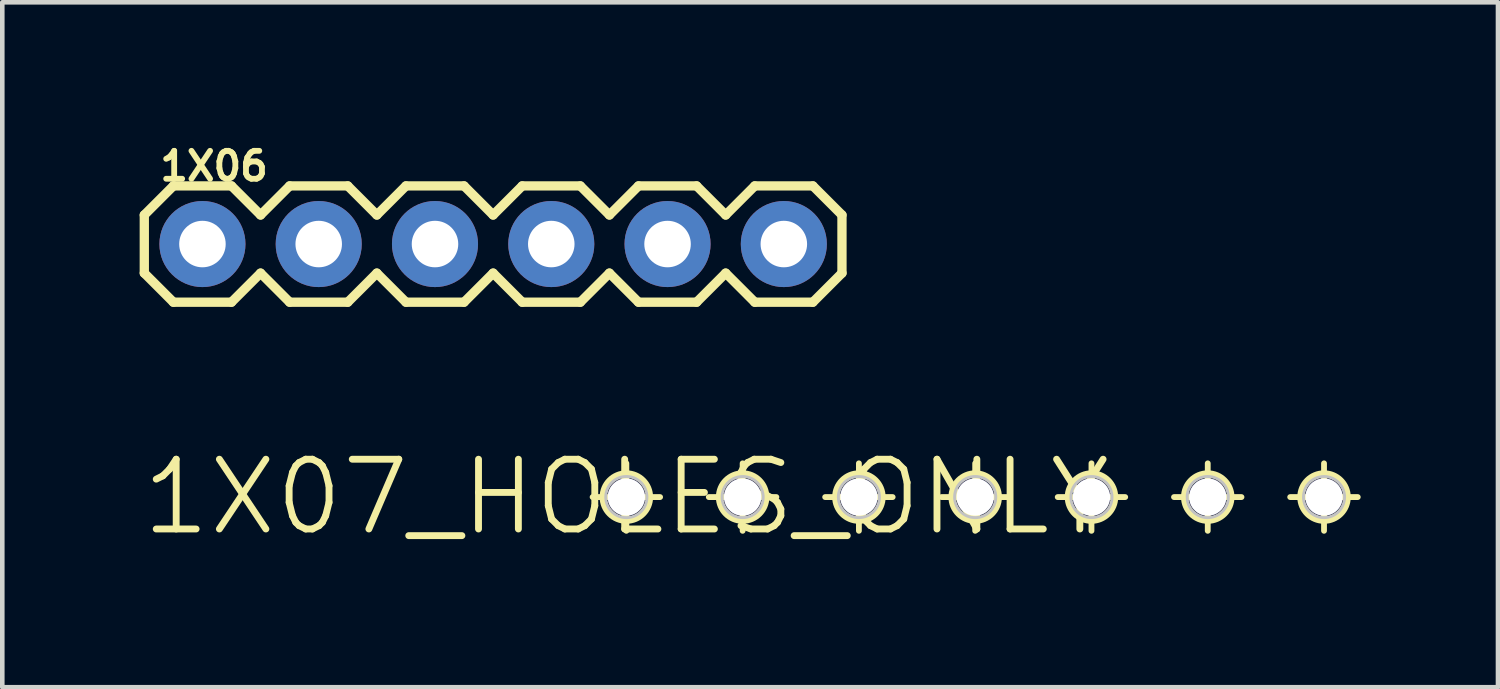
<source format=kicad_pcb>
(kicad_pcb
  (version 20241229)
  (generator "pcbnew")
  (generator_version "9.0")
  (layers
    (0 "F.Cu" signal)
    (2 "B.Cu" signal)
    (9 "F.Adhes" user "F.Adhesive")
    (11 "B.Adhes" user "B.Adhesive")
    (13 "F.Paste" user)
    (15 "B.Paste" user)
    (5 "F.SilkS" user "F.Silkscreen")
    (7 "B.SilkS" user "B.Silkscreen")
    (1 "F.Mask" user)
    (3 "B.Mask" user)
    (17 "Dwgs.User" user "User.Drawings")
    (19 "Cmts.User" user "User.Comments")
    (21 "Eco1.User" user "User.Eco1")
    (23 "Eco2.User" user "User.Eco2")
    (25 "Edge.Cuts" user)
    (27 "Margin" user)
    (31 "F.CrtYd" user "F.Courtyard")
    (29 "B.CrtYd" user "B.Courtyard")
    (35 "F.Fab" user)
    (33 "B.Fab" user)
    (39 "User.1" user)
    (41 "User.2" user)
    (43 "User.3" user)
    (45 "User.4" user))
  (footprint "1X06"
    (layer "F.Cu")
    (at 1.372 2.281)
    (property "Reference" "1X06" (at 0.254 -1.702 0) (layer "F.SilkS") (effects (font (size 0.61 0.61) (thickness 0.127))))
    (attr exclude_from_pos_files exclude_from_bom)
    (fp_line (start -1.27 -0.635) (end -1.27 0.635) (stroke (width 0.203) (type solid)) (layer "F.SilkS"))
    (fp_line (start -1.27 0.635) (end -0.635 1.27) (stroke (width 0.203) (type solid)) (layer "F.SilkS"))
    (fp_line (start -0.635 -1.27) (end -1.27 -0.635) (stroke (width 0.203) (type solid)) (layer "F.SilkS"))
    (fp_line (start -0.635 -1.27) (end 0.635 -1.27) (stroke (width 0.203) (type solid)) (layer "F.SilkS"))
    (fp_line (start 0.635 -1.27) (end 1.27 -0.635) (stroke (width 0.203) (type solid)) (layer "F.SilkS"))
    (fp_line (start 0.635 1.27) (end -0.635 1.27) (stroke (width 0.203) (type solid)) (layer "F.SilkS"))
    (fp_line (start 1.27 -0.635) (end 1.905 -1.27) (stroke (width 0.203) (type solid)) (layer "F.SilkS"))
    (fp_line (start 1.27 0.635) (end 0.635 1.27) (stroke (width 0.203) (type solid)) (layer "F.SilkS"))
    (fp_line (start 1.905 -1.27) (end 3.175 -1.27) (stroke (width 0.203) (type solid)) (layer "F.SilkS"))
    (fp_line (start 1.905 1.27) (end 1.27 0.635) (stroke (width 0.203) (type solid)) (layer "F.SilkS"))
    (fp_line (start 3.175 -1.27) (end 3.81 -0.635) (stroke (width 0.203) (type solid)) (layer "F.SilkS"))
    (fp_line (start 3.175 1.27) (end 1.905 1.27) (stroke (width 0.203) (type solid)) (layer "F.SilkS"))
    (fp_line (start 3.81 -0.635) (end 4.445 -1.27) (stroke (width 0.203) (type solid)) (layer "F.SilkS"))
    (fp_line (start 3.81 0.635) (end 3.175 1.27) (stroke (width 0.203) (type solid)) (layer "F.SilkS"))
    (fp_line (start 4.445 -1.27) (end 5.715 -1.27) (stroke (width 0.203) (type solid)) (layer "F.SilkS"))
    (fp_line (start 4.445 1.27) (end 3.81 0.635) (stroke (width 0.203) (type solid)) (layer "F.SilkS"))
    (fp_line (start 5.715 -1.27) (end 6.35 -0.635) (stroke (width 0.203) (type solid)) (layer "F.SilkS"))
    (fp_line (start 5.715 1.27) (end 4.445 1.27) (stroke (width 0.203) (type solid)) (layer "F.SilkS"))
    (fp_line (start 6.35 0.635) (end 5.715 1.27) (stroke (width 0.203) (type solid)) (layer "F.SilkS"))
    (fp_line (start 6.35 0.635) (end 6.985 1.27) (stroke (width 0.203) (type solid)) (layer "F.SilkS"))
    (fp_line (start 6.985 -1.27) (end 6.35 -0.635) (stroke (width 0.203) (type solid)) (layer "F.SilkS"))
    (fp_line (start 6.985 -1.27) (end 8.255 -1.27) (stroke (width 0.203) (type solid)) (layer "F.SilkS"))
    (fp_line (start 8.255 -1.27) (end 8.89 -0.635) (stroke (width 0.203) (type solid)) (layer "F.SilkS"))
    (fp_line (start 8.255 1.27) (end 6.985 1.27) (stroke (width 0.203) (type solid)) (layer "F.SilkS"))
    (fp_line (start 8.89 -0.635) (end 9.525 -1.27) (stroke (width 0.203) (type solid)) (layer "F.SilkS"))
    (fp_line (start 8.89 0.635) (end 8.255 1.27) (stroke (width 0.203) (type solid)) (layer "F.SilkS"))
    (fp_line (start 9.525 -1.27) (end 10.795 -1.27) (stroke (width 0.203) (type solid)) (layer "F.SilkS"))
    (fp_line (start 9.525 1.27) (end 8.89 0.635) (stroke (width 0.203) (type solid)) (layer "F.SilkS"))
    (fp_line (start 10.795 -1.27) (end 11.43 -0.635) (stroke (width 0.203) (type solid)) (layer "F.SilkS"))
    (fp_line (start 10.795 1.27) (end 9.525 1.27) (stroke (width 0.203) (type solid)) (layer "F.SilkS"))
    (fp_line (start 11.43 -0.635) (end 12.065 -1.27) (stroke (width 0.203) (type solid)) (layer "F.SilkS"))
    (fp_line (start 11.43 0.635) (end 10.795 1.27) (stroke (width 0.203) (type solid)) (layer "F.SilkS"))
    (fp_line (start 12.065 -1.27) (end 13.335 -1.27) (stroke (width 0.203) (type solid)) (layer "F.SilkS"))
    (fp_line (start 12.065 1.27) (end 11.43 0.635) (stroke (width 0.203) (type solid)) (layer "F.SilkS"))
    (fp_line (start 13.335 -1.27) (end 13.97 -0.635) (stroke (width 0.203) (type solid)) (layer "F.SilkS"))
    (fp_line (start 13.335 1.27) (end 12.065 1.27) (stroke (width 0.203) (type solid)) (layer "F.SilkS"))
    (fp_line (start 13.97 -0.635) (end 13.97 0.635) (stroke (width 0.203) (type solid)) (layer "F.SilkS"))
    (fp_line (start 13.97 0.635) (end 13.335 1.27) (stroke (width 0.203) (type solid)) (layer "F.SilkS"))
    (fp_line (start -0.254 -0.254) (end 0.254 -0.254) (stroke (width 0.066) (type solid)) (layer "Dwgs.User"))
    (fp_line (start -0.254 0.254) (end -0.254 -0.254) (stroke (width 0.066) (type solid)) (layer "Dwgs.User"))
    (fp_line (start -0.254 0.254) (end 0.254 0.254) (stroke (width 0.066) (type solid)) (layer "Dwgs.User"))
    (fp_line (start 0.254 0.254) (end 0.254 -0.254) (stroke (width 0.066) (type solid)) (layer "Dwgs.User"))
    (fp_line (start 2.286 -0.254) (end 2.794 -0.254) (stroke (width 0.066) (type solid)) (layer "Dwgs.User"))
    (fp_line (start 2.286 0.254) (end 2.286 -0.254) (stroke (width 0.066) (type solid)) (layer "Dwgs.User"))
    (fp_line (start 2.286 0.254) (end 2.794 0.254) (stroke (width 0.066) (type solid)) (layer "Dwgs.User"))
    (fp_line (start 2.794 0.254) (end 2.794 -0.254) (stroke (width 0.066) (type solid)) (layer "Dwgs.User"))
    (fp_line (start 4.826 -0.254) (end 5.334 -0.254) (stroke (width 0.066) (type solid)) (layer "Dwgs.User"))
    (fp_line (start 4.826 0.254) (end 4.826 -0.254) (stroke (width 0.066) (type solid)) (layer "Dwgs.User"))
    (fp_line (start 4.826 0.254) (end 5.334 0.254) (stroke (width 0.066) (type solid)) (layer "Dwgs.User"))
    (fp_line (start 5.334 0.254) (end 5.334 -0.254) (stroke (width 0.066) (type solid)) (layer "Dwgs.User"))
    (fp_line (start 7.366 -0.254) (end 7.874 -0.254) (stroke (width 0.066) (type solid)) (layer "Dwgs.User"))
    (fp_line (start 7.366 0.254) (end 7.366 -0.254) (stroke (width 0.066) (type solid)) (layer "Dwgs.User"))
    (fp_line (start 7.366 0.254) (end 7.874 0.254) (stroke (width 0.066) (type solid)) (layer "Dwgs.User"))
    (fp_line (start 7.874 0.254) (end 7.874 -0.254) (stroke (width 0.066) (type solid)) (layer "Dwgs.User"))
    (fp_line (start 9.906 -0.254) (end 10.414 -0.254) (stroke (width 0.066) (type solid)) (layer "Dwgs.User"))
    (fp_line (start 9.906 0.254) (end 9.906 -0.254) (stroke (width 0.066) (type solid)) (layer "Dwgs.User"))
    (fp_line (start 9.906 0.254) (end 10.414 0.254) (stroke (width 0.066) (type solid)) (layer "Dwgs.User"))
    (fp_line (start 10.414 0.254) (end 10.414 -0.254) (stroke (width 0.066) (type solid)) (layer "Dwgs.User"))
    (fp_line (start 12.446 -0.254) (end 12.954 -0.254) (stroke (width 0.066) (type solid)) (layer "Dwgs.User"))
    (fp_line (start 12.446 0.254) (end 12.446 -0.254) (stroke (width 0.066) (type solid)) (layer "Dwgs.User"))
    (fp_line (start 12.446 0.254) (end 12.954 0.254) (stroke (width 0.066) (type solid)) (layer "Dwgs.User"))
    (fp_line (start 12.954 0.254) (end 12.954 -0.254) (stroke (width 0.066) (type solid)) (layer "Dwgs.User"))
    (pad "1" thru_hole circle (at 0 0) (size 1.88 1.88) (drill 1.016) (layers "*.Cu" "*.Paste" "*.Mask"))
    (pad "2" thru_hole circle (at 2.54 0) (size 1.88 1.88) (drill 1.016) (layers "*.Cu" "*.Paste" "*.Mask"))
    (pad "3" thru_hole circle (at 5.08 0) (size 1.88 1.88) (drill 1.016) (layers "*.Cu" "*.Paste" "*.Mask"))
    (pad "4" thru_hole circle (at 7.62 0) (size 1.88 1.88) (drill 1.016) (layers "*.Cu" "*.Paste" "*.Mask"))
    (pad "5" thru_hole circle (at 10.16 0) (size 1.88 1.88) (drill 1.016) (layers "*.Cu" "*.Paste" "*.Mask"))
    (pad "6" thru_hole circle (at 12.7 0) (size 1.88 1.88) (drill 1.016) (layers "*.Cu" "*.Paste" "*.Mask")))
  (footprint "1X07_HOLES_ONLY"
    (layer "F.Cu")
    (at 10.632 7.808)
    (property "Reference" "1X07_HOLES_ONLY" (at 0 0 0) (layer "F.SilkS") (effects (font (size 1.524 1.524) (thickness 0.15))))
    (attr exclude_from_pos_files exclude_from_bom)
    (fp_line (start -0.737 0) (end 0.737 0) (stroke (width 0.127) (type solid)) (layer "F.SilkS"))
    (fp_line (start 0 0.737) (end 0 -0.737) (stroke (width 0.127) (type solid)) (layer "F.SilkS"))
    (fp_line (start 1.801 0) (end 3.277 0) (stroke (width 0.127) (type solid)) (layer "F.SilkS"))
    (fp_line (start 2.54 0.737) (end 2.54 -0.737) (stroke (width 0.127) (type solid)) (layer "F.SilkS"))
    (fp_line (start 4.343 0) (end 5.817 0) (stroke (width 0.127) (type solid)) (layer "F.SilkS"))
    (fp_line (start 5.08 0.737) (end 5.08 -0.737) (stroke (width 0.127) (type solid)) (layer "F.SilkS"))
    (fp_line (start 6.883 0) (end 8.357 0) (stroke (width 0.127) (type solid)) (layer "F.SilkS"))
    (fp_line (start 7.62 0.737) (end 7.62 -0.737) (stroke (width 0.127) (type solid)) (layer "F.SilkS"))
    (fp_line (start 9.423 0) (end 10.897 0) (stroke (width 0.127) (type solid)) (layer "F.SilkS"))
    (fp_line (start 10.16 0.737) (end 10.16 -0.737) (stroke (width 0.127) (type solid)) (layer "F.SilkS"))
    (fp_line (start 11.963 0) (end 13.437 0) (stroke (width 0.127) (type solid)) (layer "F.SilkS"))
    (fp_line (start 12.7 0.737) (end 12.7 -0.737) (stroke (width 0.127) (type solid)) (layer "F.SilkS"))
    (fp_line (start 14.501 0) (end 15.977 0) (stroke (width 0.127) (type solid)) (layer "F.SilkS"))
    (fp_line (start 15.24 0.737) (end 15.24 -0.737) (stroke (width 0.127) (type solid)) (layer "F.SilkS"))
    (fp_circle (center 0 0) (end -0.368 0.368) (stroke (width 0.127) (type solid)) (fill no) (layer "F.SilkS"))
    (fp_circle (center 2.54 0) (end 2.908 0.368) (stroke (width 0.127) (type solid)) (fill no) (layer "F.SilkS"))
    (fp_circle (center 5.08 0) (end 5.448 0.368) (stroke (width 0.127) (type solid)) (fill no) (layer "F.SilkS"))
    (fp_circle (center 7.62 0) (end 7.988 0.368) (stroke (width 0.127) (type solid)) (fill no) (layer "F.SilkS"))
    (fp_circle (center 10.16 0) (end 10.528 0.368) (stroke (width 0.127) (type solid)) (fill no) (layer "F.SilkS"))
    (fp_circle (center 12.7 0) (end 13.068 0.368) (stroke (width 0.127) (type solid)) (fill no) (layer "F.SilkS"))
    (fp_circle (center 15.24 0) (end 15.608 0.368) (stroke (width 0.127) (type solid)) (fill no) (layer "F.SilkS"))
    (fp_circle (center 0 0) (end -0.318 0.318) (stroke (width 0.064) (type solid)) (fill no) (layer "Dwgs.User"))
    (fp_circle (center 2.54 0) (end 2.857 0.318) (stroke (width 0.064) (type solid)) (fill no) (layer "Dwgs.User"))
    (fp_circle (center 5.08 0) (end 5.397 0.318) (stroke (width 0.064) (type solid)) (fill no) (layer "Dwgs.User"))
    (fp_circle (center 7.62 0) (end 7.938 0.318) (stroke (width 0.064) (type solid)) (fill no) (layer "Dwgs.User"))
    (fp_circle (center 10.16 0) (end 10.477 0.318) (stroke (width 0.064) (type solid)) (fill no) (layer "Dwgs.User"))
    (fp_circle (center 12.7 0) (end 13.018 0.318) (stroke (width 0.064) (type solid)) (fill no) (layer "Dwgs.User"))
    (fp_circle (center 15.24 0) (end 15.557 0.318) (stroke (width 0.064) (type solid)) (fill no) (layer "Dwgs.User"))
    (pad "1" thru_hole circle (at 0 0) (size 0.813 0.813) (drill 0.889) (layers "*.Cu" "*.Paste" "*.Mask"))
    (pad "2" thru_hole circle (at 2.54 0) (size 0.813 0.813) (drill 0.889) (layers "*.Cu" "*.Paste" "*.Mask"))
    (pad "3" thru_hole circle (at 5.08 0) (size 0.813 0.813) (drill 0.889) (layers "*.Cu" "*.Paste" "*.Mask"))
    (pad "4" thru_hole circle (at 7.62 0) (size 0.813 0.813) (drill 0.889) (layers "*.Cu" "*.Paste" "*.Mask"))
    (pad "5" thru_hole circle (at 10.16 0) (size 0.813 0.813) (drill 0.889) (layers "*.Cu" "*.Paste" "*.Mask"))
    (pad "6" thru_hole circle (at 12.7 0) (size 0.813 0.813) (drill 0.889) (layers "*.Cu" "*.Paste" "*.Mask"))
    (pad "7" thru_hole circle (at 15.24 0) (size 0.813 0.813) (drill 0.889) (layers "*.Cu" "*.Paste" "*.Mask")))
  (gr_rect
    (start -3 -3)
    (end 29.672 11.962)
    (stroke (width 0.1) (type default))
    (fill no)
    (layer "Edge.Cuts")))
</source>
